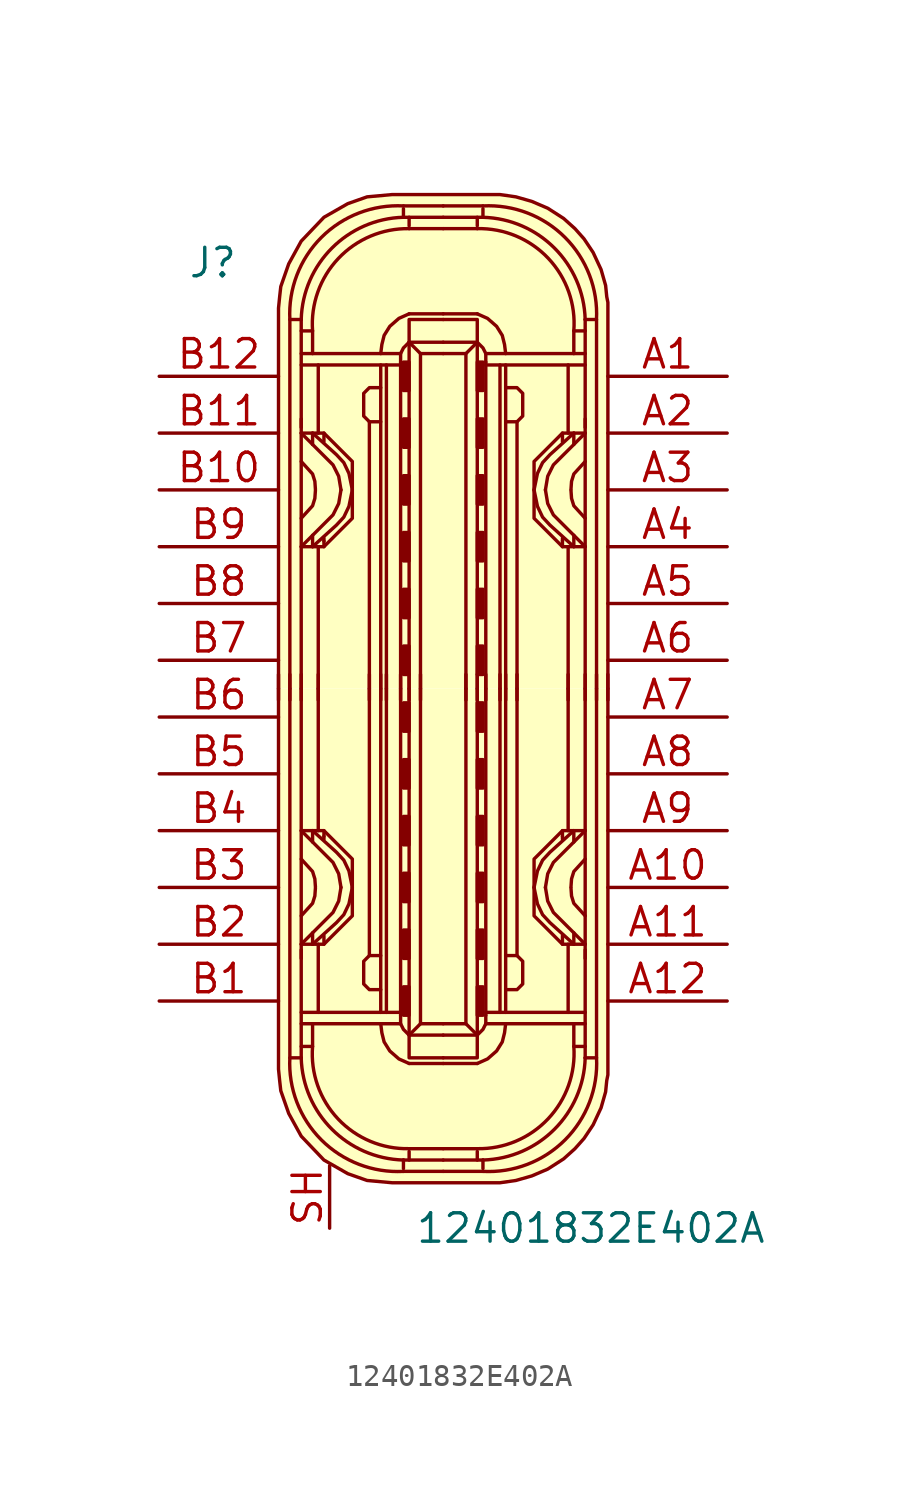
<source format=kicad_sym>
(kicad_symbol_lib
  (version 20220914)
  (generator kicad_symbol_editor)
  (symbol "12401832E402A"
    (pin_names
      (offset 1.016))
    (property "Reference" "J"
      (at -11.43 19.05 0)
      (effects (font (size 1.27 1.27)) (justify left)))
    (property "Value" "12401832E402A"
      (at -1.27 -24.13 0)
      (effects (font (size 1.27 1.27)) (justify left)))
    (symbol "12401832E402A_1_1"
      (arc (start -6.858 -16.51) (mid -5.4492 -20.1812) (end -1.778 -21.59) (stroke (width 0) (type default)) (fill (type none)))
      (arc (start -6.35 -16.51) (mid -4.9749 -19.7069) (end -1.778 -21.082) (stroke (width 0) (type default)) (fill (type none)))
      (arc (start -5.842 -16.002) (mid -4.6972 -19.2495) (end -1.524 -20.574) (stroke (width 0) (type default)) (fill (type none)))
      (rectangle (start -1.778 -14.605) (end -1.524 -13.335) (stroke (width 0) (type default)) (fill (type outline)))
      (rectangle (start -1.778 -12.065) (end -1.524 -10.795) (stroke (width 0) (type default)) (fill (type outline)))
      (rectangle (start -1.778 -9.525) (end -1.524 -8.255) (stroke (width 0) (type default)) (fill (type outline)))
      (rectangle (start -1.778 -6.985) (end -1.524 -5.715) (stroke (width 0) (type default)) (fill (type outline)))
      (rectangle (start -1.778 -4.445) (end -1.524 -3.175) (stroke (width 0) (type default)) (fill (type outline)))
      (rectangle (start -1.778 -1.905) (end -1.524 -0.635) (stroke (width 0) (type default)) (fill (type outline)))
      (rectangle (start -1.778 1.905) (end -1.524 0.635) (stroke (width 0) (type default)) (fill (type outline)))
      (rectangle (start -1.778 4.445) (end -1.524 3.175) (stroke (width 0) (type default)) (fill (type outline)))
      (rectangle (start -1.778 6.985) (end -1.524 5.715) (stroke (width 0) (type default)) (fill (type outline)))
      (rectangle (start -1.778 9.525) (end -1.524 8.255) (stroke (width 0) (type default)) (fill (type outline)))
      (rectangle (start -1.778 12.065) (end -1.524 10.795) (stroke (width 0) (type default)) (fill (type outline)))
      (rectangle (start -1.778 14.605) (end -1.524 13.335) (stroke (width 0) (type default)) (fill (type outline)))
      (arc (start -1.778 21.082) (mid -4.9749 19.7069) (end -6.35 16.51) (stroke (width 0) (type default)) (fill (type none)))
      (arc (start -1.778 21.59) (mid -5.4492 20.1812) (end -6.858 16.51) (stroke (width 0) (type default)) (fill (type none)))
      (arc (start -1.524 20.574) (mid -4.6883 19.2412) (end -5.842 16.002) (stroke (width 0) (type default)) (fill (type none)))
      (polyline (pts (xy -7.366 -0.508) (xy -7.366 0.635)) (stroke (width 0) (type default)) (fill (type none)))
      (polyline (pts (xy -6.858 -0.508) (xy -6.858 0.635)) (stroke (width 0) (type default)) (fill (type none)))
      (polyline (pts (xy -6.35 -14.986) (xy -1.905 -14.986)) (stroke (width 0) (type default)) (fill (type none)))
      (polyline (pts (xy -6.35 -12.065) (xy -6.35 0)) (stroke (width 0) (type default)) (fill (type none)))
      (polyline (pts (xy -6.35 -0.508) (xy -6.35 0.635)) (stroke (width 0) (type default)) (fill (type none)))
      (polyline (pts (xy -6.35 12.065) (xy -6.35 0)) (stroke (width 0) (type default)) (fill (type none)))
      (polyline (pts (xy -6.35 14.986) (xy -1.905 14.986)) (stroke (width 0) (type default)) (fill (type none)))
      (polyline (pts (xy -5.842 -11.43) (xy -5.842 -10.922)) (stroke (width 0) (type default)) (fill (type none)))
      (polyline (pts (xy -5.842 -6.35) (xy -5.842 -6.858)) (stroke (width 0) (type default)) (fill (type none)))
      (polyline (pts (xy -5.842 6.35) (xy -5.842 6.858)) (stroke (width 0) (type default)) (fill (type none)))
      (polyline (pts (xy -5.842 11.43) (xy -5.842 10.922)) (stroke (width 0) (type default)) (fill (type none)))
      (polyline (pts (xy -5.588 -14.478) (xy -5.588 -11.43)) (stroke (width 0) (type default)) (fill (type none)))
      (polyline (pts (xy -5.588 -6.35) (xy -5.588 0)) (stroke (width 0) (type default)) (fill (type none)))
      (polyline (pts (xy -5.588 -0.508) (xy -5.588 0.635)) (stroke (width 0) (type default)) (fill (type none)))
      (polyline (pts (xy -5.588 6.35) (xy -5.588 0)) (stroke (width 0) (type default)) (fill (type none)))
      (polyline (pts (xy -5.588 14.478) (xy -5.588 11.43)) (stroke (width 0) (type default)) (fill (type none)))
      (polyline (pts (xy -5.334 -11.43) (xy -5.334 -11.049)) (stroke (width 0) (type default)) (fill (type none)))
      (polyline (pts (xy -5.334 -6.604) (xy -5.334 -6.731)) (stroke (width 0) (type default)) (fill (type none)))
      (polyline (pts (xy -5.334 -6.35) (xy -5.334 -6.604)) (stroke (width 0) (type default)) (fill (type none)))
      (polyline (pts (xy -5.334 6.35) (xy -5.334 6.604)) (stroke (width 0) (type default)) (fill (type none)))
      (polyline (pts (xy -5.334 6.604) (xy -5.334 6.731)) (stroke (width 0) (type default)) (fill (type none)))
      (polyline (pts (xy -5.334 11.43) (xy -5.334 11.049)) (stroke (width 0) (type default)) (fill (type none)))
      (polyline (pts (xy -3.302 -0.508) (xy -3.302 0.635)) (stroke (width 0) (type default)) (fill (type none)))
      (polyline (pts (xy -3.302 0) (xy -3.302 -11.938)) (stroke (width 0) (type default)) (fill (type none)))
      (polyline (pts (xy -3.302 0) (xy -3.302 11.938)) (stroke (width 0) (type default)) (fill (type none)))
      (polyline (pts (xy -2.794 -0.508) (xy -2.794 0.635)) (stroke (width 0) (type default)) (fill (type none)))
      (polyline (pts (xy -2.794 0) (xy -2.794 -14.478)) (stroke (width 0) (type default)) (fill (type none)))
      (polyline (pts (xy -2.794 0) (xy -2.794 14.478)) (stroke (width 0) (type default)) (fill (type none)))
      (polyline (pts (xy -2.54 -14.478) (xy -2.54 0)) (stroke (width 0) (type default)) (fill (type none)))
      (polyline (pts (xy -2.54 -0.508) (xy -2.54 0.635)) (stroke (width 0) (type default)) (fill (type none)))
      (polyline (pts (xy -2.54 14.478) (xy -2.54 0)) (stroke (width 0) (type default)) (fill (type none)))
      (polyline (pts (xy -1.905 -14.478) (xy -6.35 -14.478)) (stroke (width 0) (type default)) (fill (type none)))
      (polyline (pts (xy -1.905 -0.508) (xy -1.905 0.635)) (stroke (width 0) (type default)) (fill (type none)))
      (polyline (pts (xy -1.905 0) (xy -1.905 -14.605)) (stroke (width 0) (type default)) (fill (type none)))
      (polyline (pts (xy -1.905 0) (xy -1.905 14.605)) (stroke (width 0) (type default)) (fill (type none)))
      (polyline (pts (xy -1.905 14.478) (xy -6.35 14.478)) (stroke (width 0) (type default)) (fill (type none)))
      (polyline (pts (xy -1.778 -21.59) (xy 0 -21.59)) (stroke (width 0) (type default)) (fill (type background)))
      (polyline (pts (xy -1.778 -21.082) (xy -1.778 -21.463)) (stroke (width 0) (type default)) (fill (type none)))
      (polyline (pts (xy -1.778 -21.082) (xy 0 -21.082)) (stroke (width 0) (type default)) (fill (type none)))
      (polyline (pts (xy -1.778 21.082) (xy -1.778 21.463)) (stroke (width 0) (type default)) (fill (type none)))
      (polyline (pts (xy -1.778 21.082) (xy 0 21.082)) (stroke (width 0) (type default)) (fill (type none)))
      (polyline (pts (xy -1.778 21.59) (xy 0 21.59)) (stroke (width 0) (type default)) (fill (type background)))
      (polyline (pts (xy -1.524 -20.701) (xy -1.524 -21.082)) (stroke (width 0) (type default)) (fill (type none)))
      (polyline (pts (xy -1.524 -20.574) (xy 0 -20.574)) (stroke (width 0) (type default)) (fill (type none)))
      (polyline (pts (xy -1.524 -0.508) (xy -1.524 0.635)) (stroke (width 0) (type default)) (fill (type none)))
      (polyline (pts (xy -1.524 20.574) (xy 0 20.574)) (stroke (width 0) (type default)) (fill (type none)))
      (polyline (pts (xy -1.524 20.701) (xy -1.524 21.082)) (stroke (width 0) (type default)) (fill (type none)))
      (polyline (pts (xy -1.016 -14.986) (xy -1.524 -15.494)) (stroke (width 0) (type default)) (fill (type none)))
      (polyline (pts (xy -1.016 -0.508) (xy -1.016 0.635)) (stroke (width 0) (type default)) (fill (type none)))
      (polyline (pts (xy -1.016 14.986) (xy -1.524 15.494)) (stroke (width 0) (type default)) (fill (type none)))
      (polyline (pts (xy 0 -16.764) (xy -1.524 -16.764)) (stroke (width 0) (type default)) (fill (type none)))
      (polyline (pts (xy 0 -16.764) (xy 1.524 -16.764)) (stroke (width 0) (type default)) (fill (type none)))
      (polyline (pts (xy 0 16.764) (xy -1.524 16.764)) (stroke (width 0) (type default)) (fill (type none)))
      (polyline (pts (xy 0 16.764) (xy 1.524 16.764)) (stroke (width 0) (type default)) (fill (type none)))
      (polyline (pts (xy 1.016 -14.986) (xy 1.524 -15.494)) (stroke (width 0) (type default)) (fill (type none)))
      (polyline (pts (xy 1.016 -0.508) (xy 1.016 0.635)) (stroke (width 0) (type default)) (fill (type none)))
      (polyline (pts (xy 1.016 14.986) (xy 1.524 15.494)) (stroke (width 0) (type default)) (fill (type none)))
      (polyline (pts (xy 1.524 -20.701) (xy 1.524 -21.082)) (stroke (width 0) (type default)) (fill (type none)))
      (polyline (pts (xy 1.524 -20.574) (xy 0 -20.574)) (stroke (width 0) (type default)) (fill (type none)))
      (polyline (pts (xy 1.524 -0.508) (xy 1.524 0.635)) (stroke (width 0) (type default)) (fill (type none)))
      (polyline (pts (xy 1.524 20.574) (xy 0 20.574)) (stroke (width 0) (type default)) (fill (type none)))
      (polyline (pts (xy 1.524 20.701) (xy 1.524 21.082)) (stroke (width 0) (type default)) (fill (type none)))
      (polyline (pts (xy 1.778 -21.59) (xy 0 -21.59)) (stroke (width 0) (type default)) (fill (type background)))
      (polyline (pts (xy 1.778 -21.082) (xy 0 -21.082)) (stroke (width 0) (type default)) (fill (type none)))
      (polyline (pts (xy 1.778 -21.082) (xy 1.778 -21.463)) (stroke (width 0) (type default)) (fill (type none)))
      (polyline (pts (xy 1.778 21.082) (xy 0 21.082)) (stroke (width 0) (type default)) (fill (type none)))
      (polyline (pts (xy 1.778 21.082) (xy 1.778 21.463)) (stroke (width 0) (type default)) (fill (type none)))
      (polyline (pts (xy 1.778 21.59) (xy 0 21.59)) (stroke (width 0) (type default)) (fill (type background)))
      (polyline (pts (xy 1.905 -14.478) (xy 6.35 -14.478)) (stroke (width 0) (type default)) (fill (type none)))
      (polyline (pts (xy 1.905 -0.508) (xy 1.905 0.635)) (stroke (width 0) (type default)) (fill (type none)))
      (polyline (pts (xy 1.905 0) (xy 1.905 -14.605)) (stroke (width 0) (type default)) (fill (type none)))
      (polyline (pts (xy 1.905 0) (xy 1.905 14.605)) (stroke (width 0) (type default)) (fill (type none)))
      (polyline (pts (xy 1.905 14.478) (xy 6.35 14.478)) (stroke (width 0) (type default)) (fill (type none)))
      (polyline (pts (xy 2.54 -14.478) (xy 2.54 0)) (stroke (width 0) (type default)) (fill (type none)))
      (polyline (pts (xy 2.54 -0.508) (xy 2.54 0.635)) (stroke (width 0) (type default)) (fill (type none)))
      (polyline (pts (xy 2.54 14.478) (xy 2.54 0)) (stroke (width 0) (type default)) (fill (type none)))
      (polyline (pts (xy 2.794 -0.508) (xy 2.794 0.635)) (stroke (width 0) (type default)) (fill (type none)))
      (polyline (pts (xy 2.794 0) (xy 2.794 -14.478)) (stroke (width 0) (type default)) (fill (type none)))
      (polyline (pts (xy 2.794 0) (xy 2.794 14.478)) (stroke (width 0) (type default)) (fill (type none)))
      (polyline (pts (xy 3.302 -0.508) (xy 3.302 0.635)) (stroke (width 0) (type default)) (fill (type none)))
      (polyline (pts (xy 3.302 0) (xy 3.302 -11.938)) (stroke (width 0) (type default)) (fill (type none)))
      (polyline (pts (xy 3.302 0) (xy 3.302 11.938)) (stroke (width 0) (type default)) (fill (type none)))
      (polyline (pts (xy 5.334 -11.43) (xy 5.334 -11.049)) (stroke (width 0) (type default)) (fill (type none)))
      (polyline (pts (xy 5.334 -6.604) (xy 5.334 -6.731)) (stroke (width 0) (type default)) (fill (type none)))
      (polyline (pts (xy 5.334 -6.35) (xy 5.334 -6.604)) (stroke (width 0) (type default)) (fill (type none)))
      (polyline (pts (xy 5.334 6.35) (xy 5.334 6.604)) (stroke (width 0) (type default)) (fill (type none)))
      (polyline (pts (xy 5.334 6.604) (xy 5.334 6.731)) (stroke (width 0) (type default)) (fill (type none)))
      (polyline (pts (xy 5.334 11.43) (xy 5.334 11.049)) (stroke (width 0) (type default)) (fill (type none)))
      (polyline (pts (xy 5.588 -14.478) (xy 5.588 -11.43)) (stroke (width 0) (type default)) (fill (type none)))
      (polyline (pts (xy 5.588 -6.35) (xy 5.588 0)) (stroke (width 0) (type default)) (fill (type none)))
      (polyline (pts (xy 5.588 -0.508) (xy 5.588 0.635)) (stroke (width 0) (type default)) (fill (type none)))
      (polyline (pts (xy 5.588 6.35) (xy 5.588 0)) (stroke (width 0) (type default)) (fill (type none)))
      (polyline (pts (xy 5.588 14.478) (xy 5.588 11.43)) (stroke (width 0) (type default)) (fill (type none)))
      (polyline (pts (xy 5.842 -11.43) (xy 5.842 -10.922)) (stroke (width 0) (type default)) (fill (type none)))
      (polyline (pts (xy 5.842 -6.35) (xy 5.842 -6.858)) (stroke (width 0) (type default)) (fill (type none)))
      (polyline (pts (xy 5.842 6.35) (xy 5.842 6.858)) (stroke (width 0) (type default)) (fill (type none)))
      (polyline (pts (xy 5.842 11.43) (xy 5.842 10.922)) (stroke (width 0) (type default)) (fill (type none)))
      (polyline (pts (xy 6.35 -14.986) (xy 1.905 -14.986)) (stroke (width 0) (type default)) (fill (type none)))
      (polyline (pts (xy 6.35 -12.065) (xy 6.35 0)) (stroke (width 0) (type default)) (fill (type none)))
      (polyline (pts (xy 6.35 -0.508) (xy 6.35 0.635)) (stroke (width 0) (type default)) (fill (type none)))
      (polyline (pts (xy 6.35 12.065) (xy 6.35 0)) (stroke (width 0) (type default)) (fill (type none)))
      (polyline (pts (xy 6.35 14.986) (xy 1.905 14.986)) (stroke (width 0) (type default)) (fill (type none)))
      (polyline (pts (xy 6.858 -0.508) (xy 6.858 0.635)) (stroke (width 0) (type default)) (fill (type none)))
      (polyline (pts (xy 7.366 -0.508) (xy 7.366 0.635)) (stroke (width 0) (type default)) (fill (type none)))
      (polyline (pts (xy -6.35 -16.51) (xy -6.858 -16.51) (xy -6.858 0)) (stroke (width 0) (type default)) (fill (type none)))
      (polyline (pts (xy -6.35 -11.684) (xy -6.35 -15.875) (xy -6.35 -16.51)) (stroke (width 0) (type default)) (fill (type none)))
      (polyline (pts (xy -6.35 11.684) (xy -6.35 15.875) (xy -6.35 16.51)) (stroke (width 0) (type default)) (fill (type none)))
      (polyline (pts (xy -6.35 16.51) (xy -6.858 16.51) (xy -6.858 0)) (stroke (width 0) (type default)) (fill (type none)))
      (polyline (pts (xy -5.842 -14.986) (xy -5.842 -16.002) (xy -6.35 -16.002)) (stroke (width 0) (type default)) (fill (type none)))
      (polyline (pts (xy -5.842 14.986) (xy -5.842 16.002) (xy -6.35 16.002)) (stroke (width 0) (type default)) (fill (type none)))
      (polyline (pts (xy -1.524 0) (xy -1.524 -15.494) (xy 0 -15.494)) (stroke (width 0) (type default)) (fill (type none)))
      (polyline (pts (xy -1.524 0) (xy -1.524 15.494) (xy 0 15.494)) (stroke (width 0) (type default)) (fill (type none)))
      (polyline (pts (xy -1.016 0) (xy -1.016 -14.986) (xy 0 -14.986)) (stroke (width 0) (type default)) (fill (type none)))
      (polyline (pts (xy -1.016 0) (xy -1.016 14.986) (xy 0 14.986)) (stroke (width 0) (type default)) (fill (type none)))
      (polyline (pts (xy 1.016 0) (xy 1.016 -14.986) (xy 0 -14.986)) (stroke (width 0) (type default)) (fill (type none)))
      (polyline (pts (xy 1.016 0) (xy 1.016 14.986) (xy 0 14.986)) (stroke (width 0) (type default)) (fill (type none)))
      (polyline (pts (xy 1.524 0) (xy 1.524 -15.494) (xy 0 -15.494)) (stroke (width 0) (type default)) (fill (type none)))
      (polyline (pts (xy 1.524 0) (xy 1.524 15.494) (xy 0 15.494)) (stroke (width 0) (type default)) (fill (type none)))
      (polyline (pts (xy 5.842 -14.986) (xy 5.842 -16.002) (xy 6.35 -16.002)) (stroke (width 0) (type default)) (fill (type none)))
      (polyline (pts (xy 5.842 14.986) (xy 5.842 16.002) (xy 6.35 16.002)) (stroke (width 0) (type default)) (fill (type none)))
      (polyline (pts (xy 6.35 -16.51) (xy 6.858 -16.51) (xy 6.858 0)) (stroke (width 0) (type default)) (fill (type none)))
      (polyline (pts (xy 6.35 -11.684) (xy 6.35 -15.875) (xy 6.35 -16.51)) (stroke (width 0) (type default)) (fill (type none)))
      (polyline (pts (xy 6.35 11.684) (xy 6.35 15.875) (xy 6.35 16.51)) (stroke (width 0) (type default)) (fill (type none)))
      (polyline (pts (xy 6.35 16.51) (xy 6.858 16.51) (xy 6.858 0)) (stroke (width 0) (type default)) (fill (type none)))
      (polyline (pts (xy -6.35 -11.43) (xy -4.928 -10.008) (xy -4.674 -9.5) (xy -4.572 -8.89)) (stroke (width 0) (type default)) (fill (type none)))
      (polyline (pts (xy -6.35 -10.16) (xy -5.842 -9.601) (xy -5.74 -9.271) (xy -5.715 -8.915)) (stroke (width 0) (type default)) (fill (type none)))
      (polyline (pts (xy -6.35 -7.62) (xy -5.842 -8.179) (xy -5.74 -8.509) (xy -5.715 -8.865)) (stroke (width 0) (type default)) (fill (type none)))
      (polyline (pts (xy -6.35 -6.35) (xy -4.928 -7.772) (xy -4.674 -8.28) (xy -4.572 -8.89)) (stroke (width 0) (type default)) (fill (type none)))
      (polyline (pts (xy -6.35 6.35) (xy -4.928 7.772) (xy -4.674 8.28) (xy -4.572 8.89)) (stroke (width 0) (type default)) (fill (type none)))
      (polyline (pts (xy -6.35 7.62) (xy -5.842 8.179) (xy -5.74 8.509) (xy -5.715 8.865)) (stroke (width 0) (type default)) (fill (type none)))
      (polyline (pts (xy -6.35 10.16) (xy -5.842 9.601) (xy -5.74 9.271) (xy -5.715 8.915)) (stroke (width 0) (type default)) (fill (type none)))
      (polyline (pts (xy -6.35 11.43) (xy -4.928 10.008) (xy -4.674 9.5) (xy -4.572 8.89)) (stroke (width 0) (type default)) (fill (type none)))
      (polyline (pts (xy -1.905 -14.605) (xy -1.905 -14.986) (xy -1.778 -15.24) (xy -1.524 -15.494)) (stroke (width 0) (type default)) (fill (type none)))
      (polyline (pts (xy -1.905 14.605) (xy -1.905 14.986) (xy -1.778 15.24) (xy -1.524 15.494)) (stroke (width 0) (type default)) (fill (type none)))
      (polyline (pts (xy 0 -16.51) (xy -1.397 -16.51) (xy -1.524 -16.51) (xy -1.524 -15.494)) (stroke (width 0) (type default)) (fill (type none)))
      (polyline (pts (xy 0 -16.51) (xy 1.397 -16.51) (xy 1.524 -16.51) (xy 1.524 -15.494)) (stroke (width 0) (type default)) (fill (type none)))
      (polyline (pts (xy 0 16.51) (xy -1.397 16.51) (xy -1.524 16.51) (xy -1.524 15.494)) (stroke (width 0) (type default)) (fill (type none)))
      (polyline (pts (xy 0 16.51) (xy 1.397 16.51) (xy 1.524 16.51) (xy 1.524 15.494)) (stroke (width 0) (type default)) (fill (type none)))
      (polyline (pts (xy 1.905 -14.605) (xy 1.905 -14.986) (xy 1.778 -15.24) (xy 1.524 -15.494)) (stroke (width 0) (type default)) (fill (type none)))
      (polyline (pts (xy 1.905 14.605) (xy 1.905 14.986) (xy 1.778 15.24) (xy 1.524 15.494)) (stroke (width 0) (type default)) (fill (type none)))
      (polyline (pts (xy 6.35 -11.43) (xy 4.928 -10.008) (xy 4.674 -9.5) (xy 4.572 -8.89)) (stroke (width 0) (type default)) (fill (type none)))
      (polyline (pts (xy 6.35 -10.16) (xy 5.842 -9.601) (xy 5.74 -9.271) (xy 5.715 -8.915)) (stroke (width 0) (type default)) (fill (type none)))
      (polyline (pts (xy 6.35 -7.62) (xy 5.842 -8.179) (xy 5.74 -8.509) (xy 5.715 -8.865)) (stroke (width 0) (type default)) (fill (type none)))
      (polyline (pts (xy 6.35 -6.35) (xy 4.928 -7.772) (xy 4.674 -8.28) (xy 4.572 -8.89)) (stroke (width 0) (type default)) (fill (type none)))
      (polyline (pts (xy 6.35 6.35) (xy 4.928 7.772) (xy 4.674 8.28) (xy 4.572 8.89)) (stroke (width 0) (type default)) (fill (type none)))
      (polyline (pts (xy 6.35 7.62) (xy 5.842 8.179) (xy 5.74 8.509) (xy 5.715 8.865)) (stroke (width 0) (type default)) (fill (type none)))
      (polyline (pts (xy 6.35 10.16) (xy 5.842 9.601) (xy 5.74 9.271) (xy 5.715 8.915)) (stroke (width 0) (type default)) (fill (type none)))
      (polyline (pts (xy 6.35 11.43) (xy 4.928 10.008) (xy 4.674 9.5) (xy 4.572 8.89)) (stroke (width 0) (type default)) (fill (type none)))
      (polyline (pts (xy -5.842 -11.43) (xy -4.775 -10.465) (xy -4.445 -10.109) (xy -4.216 -9.627) (xy -4.064 -8.89)) (stroke (width 0) (type default)) (fill (type none)))
      (polyline (pts (xy -5.842 -6.35) (xy -4.775 -7.315) (xy -4.445 -7.671) (xy -4.216 -8.153) (xy -4.064 -8.89)) (stroke (width 0) (type default)) (fill (type none)))
      (polyline (pts (xy -5.842 6.35) (xy -4.775 7.315) (xy -4.445 7.671) (xy -4.216 8.153) (xy -4.064 8.89)) (stroke (width 0) (type default)) (fill (type none)))
      (polyline (pts (xy -5.842 11.43) (xy -4.775 10.465) (xy -4.445 10.109) (xy -4.216 9.627) (xy -4.064 8.89)) (stroke (width 0) (type default)) (fill (type none)))
      (polyline (pts (xy 5.842 -11.43) (xy 4.775 -10.465) (xy 4.445 -10.109) (xy 4.216 -9.627) (xy 4.064 -8.89)) (stroke (width 0) (type default)) (fill (type none)))
      (polyline (pts (xy 5.842 -6.35) (xy 4.775 -7.315) (xy 4.445 -7.671) (xy 4.216 -8.153) (xy 4.064 -8.89)) (stroke (width 0) (type default)) (fill (type none)))
      (polyline (pts (xy 5.842 6.35) (xy 4.775 7.315) (xy 4.445 7.671) (xy 4.216 8.153) (xy 4.064 8.89)) (stroke (width 0) (type default)) (fill (type none)))
      (polyline (pts (xy 5.842 11.43) (xy 4.775 10.465) (xy 4.445 10.109) (xy 4.216 9.627) (xy 4.064 8.89)) (stroke (width 0) (type default)) (fill (type none)))
      (polyline (pts (xy -6.35 -11.43) (xy -5.334 -11.43) (xy -4.064 -10.16) (xy -4.064 -7.62) (xy -5.334 -6.35) (xy -6.35 -6.35)) (stroke (width 0) (type default)) (fill (type none)))
      (polyline (pts (xy -6.35 11.43) (xy -5.334 11.43) (xy -4.064 10.16) (xy -4.064 7.62) (xy -5.334 6.35) (xy -6.35 6.35)) (stroke (width 0) (type default)) (fill (type none)))
      (polyline (pts (xy -2.794 -14.986) (xy -2.743 -15.392) (xy -2.642 -15.799) (xy -2.388 -16.205) (xy -1.981 -16.561) (xy -1.524 -16.764)) (stroke (width 0) (type default)) (fill (type none)))
      (polyline (pts (xy -2.794 -13.462) (xy -3.302 -13.462) (xy -3.556 -13.208) (xy -3.556 -12.192) (xy -3.302 -11.938) (xy -2.794 -11.938)) (stroke (width 0) (type default)) (fill (type none)))
      (polyline (pts (xy -2.794 13.462) (xy -3.302 13.462) (xy -3.556 13.208) (xy -3.556 12.192) (xy -3.302 11.938) (xy -2.794 11.938)) (stroke (width 0) (type default)) (fill (type none)))
      (polyline (pts (xy -2.794 14.986) (xy -2.743 15.392) (xy -2.642 15.799) (xy -2.388 16.205) (xy -1.981 16.561) (xy -1.524 16.764)) (stroke (width 0) (type default)) (fill (type none)))
      (polyline (pts (xy 2.794 -14.986) (xy 2.743 -15.392) (xy 2.642 -15.799) (xy 2.388 -16.205) (xy 1.981 -16.561) (xy 1.524 -16.764)) (stroke (width 0) (type default)) (fill (type none)))
      (polyline (pts (xy 2.794 -13.462) (xy 3.302 -13.462) (xy 3.556 -13.208) (xy 3.556 -12.192) (xy 3.302 -11.938) (xy 2.794 -11.938)) (stroke (width 0) (type default)) (fill (type none)))
      (polyline (pts (xy 2.794 13.462) (xy 3.302 13.462) (xy 3.556 13.208) (xy 3.556 12.192) (xy 3.302 11.938) (xy 2.794 11.938)) (stroke (width 0) (type default)) (fill (type none)))
      (polyline (pts (xy 2.794 14.986) (xy 2.743 15.392) (xy 2.642 15.799) (xy 2.388 16.205) (xy 1.981 16.561) (xy 1.524 16.764)) (stroke (width 0) (type default)) (fill (type none)))
      (polyline (pts (xy 6.35 -11.43) (xy 5.334 -11.43) (xy 4.064 -10.16) (xy 4.064 -7.62) (xy 5.334 -6.35) (xy 6.35 -6.35)) (stroke (width 0) (type default)) (fill (type none)))
      (polyline (pts (xy 6.35 11.43) (xy 5.334 11.43) (xy 4.064 10.16) (xy 4.064 7.62) (xy 5.334 6.35) (xy 6.35 6.35)) (stroke (width 0) (type default)) (fill (type none)))
      (polyline (pts (xy 7.366 0) (xy 7.366 -17.018) (xy 7.366 -17.272) (xy 7.315 -17.526) (xy 7.264 -18.034) (xy 7.061 -18.745) (xy 6.706 -19.507) (xy 6.299 -20.117) (xy 5.893 -20.574) (xy 5.385 -21.031) (xy 4.674 -21.488) (xy 3.962 -21.793) (xy 3.251 -21.996) (xy 2.54 -22.098) (xy -2.286 -22.098) (xy -3.404 -21.996) (xy -4.267 -21.692) (xy -5.334 -21.082) (xy -6.35 -20.015) (xy -6.909 -18.999) (xy -7.264 -17.983) (xy -7.315 -17.526) (xy -7.366 -17.018) (xy -7.366 0)) (stroke (width 0) (type default)) (fill (type background)))
      (polyline (pts (xy 7.366 0) (xy 7.366 17.018) (xy 7.366 17.272) (xy 7.315 17.526) (xy 7.264 18.034) (xy 7.061 18.745) (xy 6.706 19.507) (xy 6.299 20.117) (xy 5.893 20.574) (xy 5.385 21.031) (xy 4.674 21.488) (xy 3.962 21.793) (xy 3.251 21.996) (xy 2.54 22.098) (xy -2.286 22.098) (xy -3.404 21.996) (xy -4.267 21.692) (xy -5.334 21.082) (xy -6.35 20.015) (xy -6.909 18.999) (xy -7.264 17.983) (xy -7.315 17.526) (xy -7.366 17.018) (xy -7.366 0)) (stroke (width 0) (type default)) (fill (type background)))
      (arc (start 1.524 -20.574) (mid 4.6883 -19.2412) (end 5.842 -16.002) (stroke (width 0) (type default)) (fill (type none)))
      (arc (start 1.778 -21.59) (mid 5.4492 -20.1812) (end 6.858 -16.51) (stroke (width 0) (type default)) (fill (type none)))
      (arc (start 1.778 -21.082) (mid 4.9749 -19.7069) (end 6.35 -16.51) (stroke (width 0) (type default)) (fill (type none)))
      (rectangle (start 1.778 -14.605) (end 1.524 -13.335) (stroke (width 0) (type default)) (fill (type outline)))
      (rectangle (start 1.778 -12.065) (end 1.524 -10.795) (stroke (width 0) (type default)) (fill (type outline)))
      (rectangle (start 1.778 -9.525) (end 1.524 -8.255) (stroke (width 0) (type default)) (fill (type outline)))
      (rectangle (start 1.778 -6.985) (end 1.524 -5.715) (stroke (width 0) (type default)) (fill (type outline)))
      (rectangle (start 1.778 -4.445) (end 1.524 -3.175) (stroke (width 0) (type default)) (fill (type outline)))
      (rectangle (start 1.778 -1.905) (end 1.524 -0.635) (stroke (width 0) (type default)) (fill (type outline)))
      (rectangle (start 1.778 1.905) (end 1.524 0.635) (stroke (width 0) (type default)) (fill (type outline)))
      (rectangle (start 1.778 4.445) (end 1.524 3.175) (stroke (width 0) (type default)) (fill (type outline)))
      (rectangle (start 1.778 6.985) (end 1.524 5.715) (stroke (width 0) (type default)) (fill (type outline)))
      (rectangle (start 1.778 9.525) (end 1.524 8.255) (stroke (width 0) (type default)) (fill (type outline)))
      (rectangle (start 1.778 12.065) (end 1.524 10.795) (stroke (width 0) (type default)) (fill (type outline)))
      (rectangle (start 1.778 14.605) (end 1.524 13.335) (stroke (width 0) (type default)) (fill (type outline)))
      (arc (start 5.842 16.002) (mid 4.6972 19.2495) (end 1.524 20.574) (stroke (width 0) (type default)) (fill (type none)))
      (arc (start 6.35 16.51) (mid 4.9749 19.7069) (end 1.778 21.082) (stroke (width 0) (type default)) (fill (type none)))
      (arc (start 6.858 16.51) (mid 5.4492 20.1812) (end 1.778 21.59) (stroke (width 0) (type default)) (fill (type none)))
      (pin passive line (at 12.7 13.97 180) (length 5.334) (name "~" (effects (font (size 1.27 1.27)))) (number "A1" (effects (font (size 1.27 1.27)))))
      (pin passive line (at 12.7 -8.89 180) (length 5.334) (name "~" (effects (font (size 1.27 1.27)))) (number "A10" (effects (font (size 1.27 1.27)))))
      (pin passive line (at 12.7 -11.43 180) (length 5.334) (name "~" (effects (font (size 1.27 1.27)))) (number "A11" (effects (font (size 1.27 1.27)))))
      (pin passive line (at 12.7 -13.97 180) (length 5.334) (name "~" (effects (font (size 1.27 1.27)))) (number "A12" (effects (font (size 1.27 1.27)))))
      (pin passive line (at 12.7 11.43 180) (length 5.334) (name "~" (effects (font (size 1.27 1.27)))) (number "A2" (effects (font (size 1.27 1.27)))))
      (pin passive line (at 12.7 8.89 180) (length 5.334) (name "~" (effects (font (size 1.27 1.27)))) (number "A3" (effects (font (size 1.27 1.27)))))
      (pin passive line (at 12.7 6.35 180) (length 5.334) (name "~" (effects (font (size 1.27 1.27)))) (number "A4" (effects (font (size 1.27 1.27)))))
      (pin passive line (at 12.7 3.81 180) (length 5.334) (name "~" (effects (font (size 1.27 1.27)))) (number "A5" (effects (font (size 1.27 1.27)))))
      (pin passive line (at 12.7 1.27 180) (length 5.334) (name "~" (effects (font (size 1.27 1.27)))) (number "A6" (effects (font (size 1.27 1.27)))))
      (pin passive line (at 12.7 -1.27 180) (length 5.334) (name "~" (effects (font (size 1.27 1.27)))) (number "A7" (effects (font (size 1.27 1.27)))))
      (pin passive line (at 12.7 -3.81 180) (length 5.334) (name "~" (effects (font (size 1.27 1.27)))) (number "A8" (effects (font (size 1.27 1.27)))))
      (pin passive line (at 12.7 -6.35 180) (length 5.334) (name "~" (effects (font (size 1.27 1.27)))) (number "A9" (effects (font (size 1.27 1.27)))))
      (pin passive line (at -12.7 -13.97 0) (length 5.334) (name "~" (effects (font (size 1.27 1.27)))) (number "B1" (effects (font (size 1.27 1.27)))))
      (pin passive line (at -12.7 8.89 0) (length 5.334) (name "~" (effects (font (size 1.27 1.27)))) (number "B10" (effects (font (size 1.27 1.27)))))
      (pin passive line (at -12.7 11.43 0) (length 5.334) (name "~" (effects (font (size 1.27 1.27)))) (number "B11" (effects (font (size 1.27 1.27)))))
      (pin passive line (at -12.7 13.97 0) (length 5.334) (name "~" (effects (font (size 1.27 1.27)))) (number "B12" (effects (font (size 1.27 1.27)))))
      (pin passive line (at -12.7 -11.43 0) (length 5.334) (name "~" (effects (font (size 1.27 1.27)))) (number "B2" (effects (font (size 1.27 1.27)))))
      (pin passive line (at -12.7 -8.89 0) (length 5.334) (name "~" (effects (font (size 1.27 1.27)))) (number "B3" (effects (font (size 1.27 1.27)))))
      (pin passive line (at -12.7 -6.35 0) (length 5.334) (name "~" (effects (font (size 1.27 1.27)))) (number "B4" (effects (font (size 1.27 1.27)))))
      (pin passive line (at -12.7 -3.81 0) (length 5.334) (name "~" (effects (font (size 1.27 1.27)))) (number "B5" (effects (font (size 1.27 1.27)))))
      (pin passive line (at -12.7 -1.27 0) (length 5.334) (name "~" (effects (font (size 1.27 1.27)))) (number "B6" (effects (font (size 1.27 1.27)))))
      (pin passive line (at -12.7 1.27 0) (length 5.334) (name "~" (effects (font (size 1.27 1.27)))) (number "B7" (effects (font (size 1.27 1.27)))))
      (pin passive line (at -12.7 3.81 0) (length 5.334) (name "~" (effects (font (size 1.27 1.27)))) (number "B8" (effects (font (size 1.27 1.27)))))
      (pin passive line (at -12.7 6.35 0) (length 5.334) (name "~" (effects (font (size 1.27 1.27)))) (number "B9" (effects (font (size 1.27 1.27)))))
      (pin input line (at -5.08 -24.13 90) (length 2.794) (name "~" (effects (font (size 1.27 1.27)))) (number "SH" (effects (font (size 1.27 1.27))))))))
</source>
